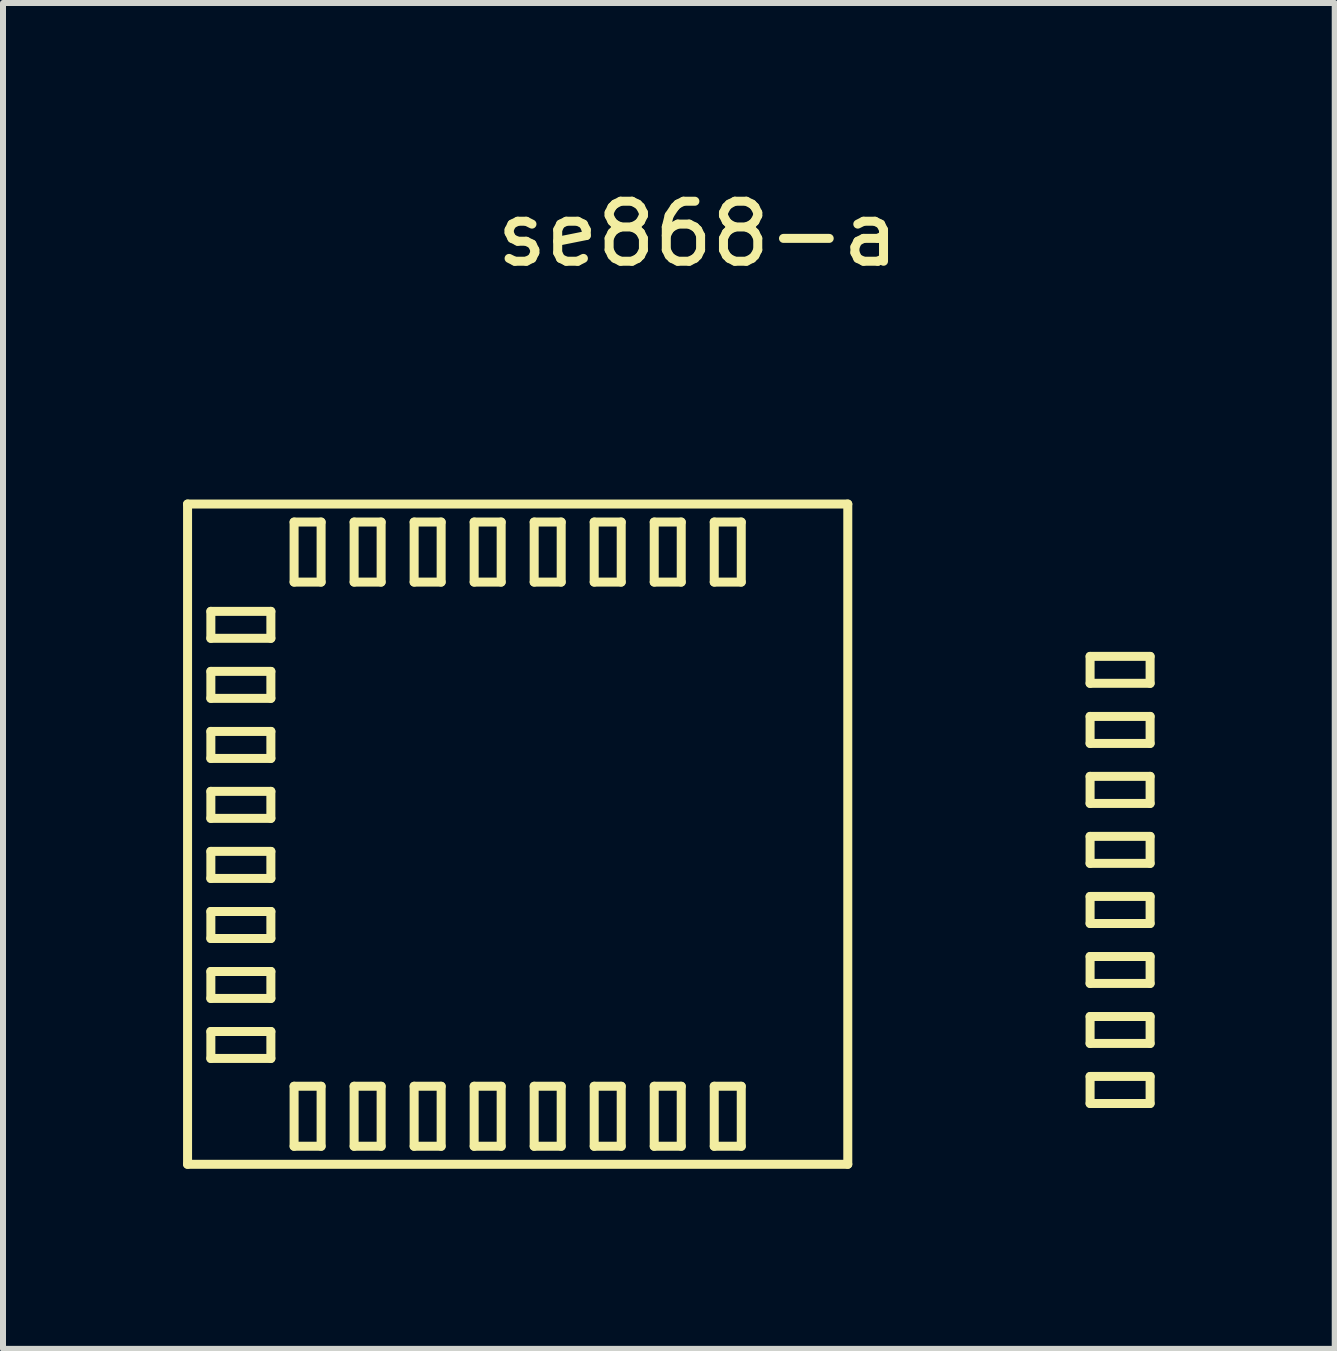
<source format=kicad_pcb>
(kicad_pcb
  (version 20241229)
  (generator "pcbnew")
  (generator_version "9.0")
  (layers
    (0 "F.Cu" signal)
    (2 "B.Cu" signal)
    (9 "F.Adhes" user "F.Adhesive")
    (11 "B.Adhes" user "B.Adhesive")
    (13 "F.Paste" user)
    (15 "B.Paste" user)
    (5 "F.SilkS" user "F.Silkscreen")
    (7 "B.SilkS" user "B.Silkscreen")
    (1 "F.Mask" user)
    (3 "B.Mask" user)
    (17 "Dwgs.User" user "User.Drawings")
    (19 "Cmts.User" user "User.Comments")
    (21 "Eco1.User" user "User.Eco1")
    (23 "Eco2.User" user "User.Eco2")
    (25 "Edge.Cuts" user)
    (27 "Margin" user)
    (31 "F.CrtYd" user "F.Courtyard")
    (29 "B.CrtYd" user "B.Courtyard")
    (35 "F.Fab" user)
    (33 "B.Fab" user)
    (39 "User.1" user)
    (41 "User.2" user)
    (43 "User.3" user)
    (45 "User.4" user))
  (footprint "se868-a"
    (layer "F.Cu")
    (at 5.575 10.848)
    (property "Reference" "se868-a" (at 3 -10 0) (layer "F.SilkS") (effects (font (size 1 1) (thickness 0.15))))
    (attr through_hole)
    (fp_line (start -5.5 -5.5) (end -5.5 5.5) (stroke (width 0.15) (type solid)) (layer "F.SilkS"))
    (fp_line (start -5.5 5.5) (end 5.5 5.5) (stroke (width 0.15) (type solid)) (layer "F.SilkS"))
    (fp_line (start -5.112 -3.712) (end -4.112 -3.712) (stroke (width 0.15) (type solid)) (layer "F.SilkS"))
    (fp_line (start -5.112 -3.263) (end -5.112 -3.712) (stroke (width 0.15) (type solid)) (layer "F.SilkS"))
    (fp_line (start -5.112 -2.712) (end -4.112 -2.712) (stroke (width 0.15) (type solid)) (layer "F.SilkS"))
    (fp_line (start -5.112 -2.263) (end -5.112 -2.712) (stroke (width 0.15) (type solid)) (layer "F.SilkS"))
    (fp_line (start -5.112 -1.712) (end -4.112 -1.712) (stroke (width 0.15) (type solid)) (layer "F.SilkS"))
    (fp_line (start -5.112 -1.262) (end -5.112 -1.712) (stroke (width 0.15) (type solid)) (layer "F.SilkS"))
    (fp_line (start -5.112 -0.713) (end -4.112 -0.713) (stroke (width 0.15) (type solid)) (layer "F.SilkS"))
    (fp_line (start -5.112 -0.263) (end -5.112 -0.713) (stroke (width 0.15) (type solid)) (layer "F.SilkS"))
    (fp_line (start -5.112 0.287) (end -4.112 0.287) (stroke (width 0.15) (type solid)) (layer "F.SilkS"))
    (fp_line (start -5.112 0.738) (end -5.112 0.287) (stroke (width 0.15) (type solid)) (layer "F.SilkS"))
    (fp_line (start -5.112 1.288) (end -4.112 1.288) (stroke (width 0.15) (type solid)) (layer "F.SilkS"))
    (fp_line (start -5.112 1.738) (end -5.112 1.288) (stroke (width 0.15) (type solid)) (layer "F.SilkS"))
    (fp_line (start -5.112 2.288) (end -4.112 2.288) (stroke (width 0.15) (type solid)) (layer "F.SilkS"))
    (fp_line (start -5.112 2.737) (end -5.112 2.288) (stroke (width 0.15) (type solid)) (layer "F.SilkS"))
    (fp_line (start -5.112 3.288) (end -4.112 3.288) (stroke (width 0.15) (type solid)) (layer "F.SilkS"))
    (fp_line (start -5.112 3.737) (end -5.112 3.288) (stroke (width 0.15) (type solid)) (layer "F.SilkS"))
    (fp_line (start -4.112 -3.712) (end -4.112 -3.263) (stroke (width 0.15) (type solid)) (layer "F.SilkS"))
    (fp_line (start -4.112 -3.263) (end -5.112 -3.263) (stroke (width 0.15) (type solid)) (layer "F.SilkS"))
    (fp_line (start -4.112 -2.712) (end -4.112 -2.263) (stroke (width 0.15) (type solid)) (layer "F.SilkS"))
    (fp_line (start -4.112 -2.263) (end -5.112 -2.263) (stroke (width 0.15) (type solid)) (layer "F.SilkS"))
    (fp_line (start -4.112 -1.712) (end -4.112 -1.262) (stroke (width 0.15) (type solid)) (layer "F.SilkS"))
    (fp_line (start -4.112 -1.262) (end -5.112 -1.262) (stroke (width 0.15) (type solid)) (layer "F.SilkS"))
    (fp_line (start -4.112 -0.713) (end -4.112 -0.263) (stroke (width 0.15) (type solid)) (layer "F.SilkS"))
    (fp_line (start -4.112 -0.263) (end -5.112 -0.263) (stroke (width 0.15) (type solid)) (layer "F.SilkS"))
    (fp_line (start -4.112 0.287) (end -4.112 0.738) (stroke (width 0.15) (type solid)) (layer "F.SilkS"))
    (fp_line (start -4.112 0.738) (end -5.112 0.738) (stroke (width 0.15) (type solid)) (layer "F.SilkS"))
    (fp_line (start -4.112 1.288) (end -4.112 1.738) (stroke (width 0.15) (type solid)) (layer "F.SilkS"))
    (fp_line (start -4.112 1.738) (end -5.112 1.738) (stroke (width 0.15) (type solid)) (layer "F.SilkS"))
    (fp_line (start -4.112 2.288) (end -4.112 2.737) (stroke (width 0.15) (type solid)) (layer "F.SilkS"))
    (fp_line (start -4.112 2.737) (end -5.112 2.737) (stroke (width 0.15) (type solid)) (layer "F.SilkS"))
    (fp_line (start -4.112 3.288) (end -4.112 3.737) (stroke (width 0.15) (type solid)) (layer "F.SilkS"))
    (fp_line (start -4.112 3.737) (end -5.112 3.737) (stroke (width 0.15) (type solid)) (layer "F.SilkS"))
    (fp_line (start -3.725 -5.2) (end -3.275 -5.2) (stroke (width 0.15) (type solid)) (layer "F.SilkS"))
    (fp_line (start -3.725 -4.2) (end -3.725 -5.2) (stroke (width 0.15) (type solid)) (layer "F.SilkS"))
    (fp_line (start -3.725 4.2) (end -3.275 4.2) (stroke (width 0.15) (type solid)) (layer "F.SilkS"))
    (fp_line (start -3.725 5.2) (end -3.725 4.2) (stroke (width 0.15) (type solid)) (layer "F.SilkS"))
    (fp_line (start -3.275 -5.2) (end -3.275 -4.2) (stroke (width 0.15) (type solid)) (layer "F.SilkS"))
    (fp_line (start -3.275 -4.2) (end -3.725 -4.2) (stroke (width 0.15) (type solid)) (layer "F.SilkS"))
    (fp_line (start -3.275 4.2) (end -3.275 5.2) (stroke (width 0.15) (type solid)) (layer "F.SilkS"))
    (fp_line (start -3.275 5.2) (end -3.725 5.2) (stroke (width 0.15) (type solid)) (layer "F.SilkS"))
    (fp_line (start -2.725 -5.2) (end -2.275 -5.2) (stroke (width 0.15) (type solid)) (layer "F.SilkS"))
    (fp_line (start -2.725 -4.2) (end -2.725 -5.2) (stroke (width 0.15) (type solid)) (layer "F.SilkS"))
    (fp_line (start -2.725 4.2) (end -2.275 4.2) (stroke (width 0.15) (type solid)) (layer "F.SilkS"))
    (fp_line (start -2.725 5.2) (end -2.725 4.2) (stroke (width 0.15) (type solid)) (layer "F.SilkS"))
    (fp_line (start -2.275 -5.2) (end -2.275 -4.2) (stroke (width 0.15) (type solid)) (layer "F.SilkS"))
    (fp_line (start -2.275 -4.2) (end -2.725 -4.2) (stroke (width 0.15) (type solid)) (layer "F.SilkS"))
    (fp_line (start -2.275 4.2) (end -2.275 5.2) (stroke (width 0.15) (type solid)) (layer "F.SilkS"))
    (fp_line (start -2.275 5.2) (end -2.725 5.2) (stroke (width 0.15) (type solid)) (layer "F.SilkS"))
    (fp_line (start -1.725 -5.2) (end -1.275 -5.2) (stroke (width 0.15) (type solid)) (layer "F.SilkS"))
    (fp_line (start -1.725 -4.2) (end -1.725 -5.2) (stroke (width 0.15) (type solid)) (layer "F.SilkS"))
    (fp_line (start -1.725 4.2) (end -1.275 4.2) (stroke (width 0.15) (type solid)) (layer "F.SilkS"))
    (fp_line (start -1.725 5.2) (end -1.725 4.2) (stroke (width 0.15) (type solid)) (layer "F.SilkS"))
    (fp_line (start -1.275 -5.2) (end -1.275 -4.2) (stroke (width 0.15) (type solid)) (layer "F.SilkS"))
    (fp_line (start -1.275 -4.2) (end -1.725 -4.2) (stroke (width 0.15) (type solid)) (layer "F.SilkS"))
    (fp_line (start -1.275 4.2) (end -1.275 5.2) (stroke (width 0.15) (type solid)) (layer "F.SilkS"))
    (fp_line (start -1.275 5.2) (end -1.725 5.2) (stroke (width 0.15) (type solid)) (layer "F.SilkS"))
    (fp_line (start -0.725 -5.2) (end -0.275 -5.2) (stroke (width 0.15) (type solid)) (layer "F.SilkS"))
    (fp_line (start -0.725 -4.2) (end -0.725 -5.2) (stroke (width 0.15) (type solid)) (layer "F.SilkS"))
    (fp_line (start -0.725 4.2) (end -0.275 4.2) (stroke (width 0.15) (type solid)) (layer "F.SilkS"))
    (fp_line (start -0.725 5.2) (end -0.725 4.2) (stroke (width 0.15) (type solid)) (layer "F.SilkS"))
    (fp_line (start -0.275 -5.2) (end -0.275 -4.2) (stroke (width 0.15) (type solid)) (layer "F.SilkS"))
    (fp_line (start -0.275 -4.2) (end -0.725 -4.2) (stroke (width 0.15) (type solid)) (layer "F.SilkS"))
    (fp_line (start -0.275 4.2) (end -0.275 5.2) (stroke (width 0.15) (type solid)) (layer "F.SilkS"))
    (fp_line (start -0.275 5.2) (end -0.725 5.2) (stroke (width 0.15) (type solid)) (layer "F.SilkS"))
    (fp_line (start 0.275 -5.2) (end 0.725 -5.2) (stroke (width 0.15) (type solid)) (layer "F.SilkS"))
    (fp_line (start 0.275 -4.2) (end 0.275 -5.2) (stroke (width 0.15) (type solid)) (layer "F.SilkS"))
    (fp_line (start 0.275 4.2) (end 0.725 4.2) (stroke (width 0.15) (type solid)) (layer "F.SilkS"))
    (fp_line (start 0.275 5.2) (end 0.275 4.2) (stroke (width 0.15) (type solid)) (layer "F.SilkS"))
    (fp_line (start 0.725 -5.2) (end 0.725 -4.2) (stroke (width 0.15) (type solid)) (layer "F.SilkS"))
    (fp_line (start 0.725 -4.2) (end 0.275 -4.2) (stroke (width 0.15) (type solid)) (layer "F.SilkS"))
    (fp_line (start 0.725 4.2) (end 0.725 5.2) (stroke (width 0.15) (type solid)) (layer "F.SilkS"))
    (fp_line (start 0.725 5.2) (end 0.275 5.2) (stroke (width 0.15) (type solid)) (layer "F.SilkS"))
    (fp_line (start 1.275 -5.2) (end 1.725 -5.2) (stroke (width 0.15) (type solid)) (layer "F.SilkS"))
    (fp_line (start 1.275 -4.2) (end 1.275 -5.2) (stroke (width 0.15) (type solid)) (layer "F.SilkS"))
    (fp_line (start 1.275 4.2) (end 1.725 4.2) (stroke (width 0.15) (type solid)) (layer "F.SilkS"))
    (fp_line (start 1.275 5.2) (end 1.275 4.2) (stroke (width 0.15) (type solid)) (layer "F.SilkS"))
    (fp_line (start 1.725 -5.2) (end 1.725 -4.2) (stroke (width 0.15) (type solid)) (layer "F.SilkS"))
    (fp_line (start 1.725 -4.2) (end 1.275 -4.2) (stroke (width 0.15) (type solid)) (layer "F.SilkS"))
    (fp_line (start 1.725 4.2) (end 1.725 5.2) (stroke (width 0.15) (type solid)) (layer "F.SilkS"))
    (fp_line (start 1.725 5.2) (end 1.275 5.2) (stroke (width 0.15) (type solid)) (layer "F.SilkS"))
    (fp_line (start 2.275 -5.2) (end 2.725 -5.2) (stroke (width 0.15) (type solid)) (layer "F.SilkS"))
    (fp_line (start 2.275 -4.2) (end 2.275 -5.2) (stroke (width 0.15) (type solid)) (layer "F.SilkS"))
    (fp_line (start 2.275 4.2) (end 2.725 4.2) (stroke (width 0.15) (type solid)) (layer "F.SilkS"))
    (fp_line (start 2.275 5.2) (end 2.275 4.2) (stroke (width 0.15) (type solid)) (layer "F.SilkS"))
    (fp_line (start 2.725 -5.2) (end 2.725 -4.2) (stroke (width 0.15) (type solid)) (layer "F.SilkS"))
    (fp_line (start 2.725 -4.2) (end 2.275 -4.2) (stroke (width 0.15) (type solid)) (layer "F.SilkS"))
    (fp_line (start 2.725 4.2) (end 2.725 5.2) (stroke (width 0.15) (type solid)) (layer "F.SilkS"))
    (fp_line (start 2.725 5.2) (end 2.275 5.2) (stroke (width 0.15) (type solid)) (layer "F.SilkS"))
    (fp_line (start 3.275 -5.2) (end 3.725 -5.2) (stroke (width 0.15) (type solid)) (layer "F.SilkS"))
    (fp_line (start 3.275 -4.2) (end 3.275 -5.2) (stroke (width 0.15) (type solid)) (layer "F.SilkS"))
    (fp_line (start 3.275 4.2) (end 3.725 4.2) (stroke (width 0.15) (type solid)) (layer "F.SilkS"))
    (fp_line (start 3.275 5.2) (end 3.275 4.2) (stroke (width 0.15) (type solid)) (layer "F.SilkS"))
    (fp_line (start 3.725 -5.2) (end 3.725 -4.2) (stroke (width 0.15) (type solid)) (layer "F.SilkS"))
    (fp_line (start 3.725 -4.2) (end 3.275 -4.2) (stroke (width 0.15) (type solid)) (layer "F.SilkS"))
    (fp_line (start 3.725 4.2) (end 3.725 5.2) (stroke (width 0.15) (type solid)) (layer "F.SilkS"))
    (fp_line (start 3.725 5.2) (end 3.275 5.2) (stroke (width 0.15) (type solid)) (layer "F.SilkS"))
    (fp_line (start 5.5 -5.5) (end -5.5 -5.5) (stroke (width 0.15) (type solid)) (layer "F.SilkS"))
    (fp_line (start 5.5 5.5) (end 5.5 -5.5) (stroke (width 0.15) (type solid)) (layer "F.SilkS"))
    (fp_line (start 9.537 -2.962) (end 10.537 -2.962) (stroke (width 0.15) (type solid)) (layer "F.SilkS"))
    (fp_line (start 9.537 -2.513) (end 9.537 -2.962) (stroke (width 0.15) (type solid)) (layer "F.SilkS"))
    (fp_line (start 9.537 -1.962) (end 10.537 -1.962) (stroke (width 0.15) (type solid)) (layer "F.SilkS"))
    (fp_line (start 9.537 -1.512) (end 9.537 -1.962) (stroke (width 0.15) (type solid)) (layer "F.SilkS"))
    (fp_line (start 9.537 -0.963) (end 10.537 -0.963) (stroke (width 0.15) (type solid)) (layer "F.SilkS"))
    (fp_line (start 9.537 -0.512) (end 9.537 -0.963) (stroke (width 0.15) (type solid)) (layer "F.SilkS"))
    (fp_line (start 9.537 0.037) (end 10.537 0.037) (stroke (width 0.15) (type solid)) (layer "F.SilkS"))
    (fp_line (start 9.537 0.487) (end 9.537 0.037) (stroke (width 0.15) (type solid)) (layer "F.SilkS"))
    (fp_line (start 9.537 1.038) (end 10.537 1.038) (stroke (width 0.15) (type solid)) (layer "F.SilkS"))
    (fp_line (start 9.537 1.488) (end 9.537 1.038) (stroke (width 0.15) (type solid)) (layer "F.SilkS"))
    (fp_line (start 9.537 2.038) (end 10.537 2.038) (stroke (width 0.15) (type solid)) (layer "F.SilkS"))
    (fp_line (start 9.537 2.487) (end 9.537 2.038) (stroke (width 0.15) (type solid)) (layer "F.SilkS"))
    (fp_line (start 9.537 3.038) (end 10.537 3.038) (stroke (width 0.15) (type solid)) (layer "F.SilkS"))
    (fp_line (start 9.537 3.487) (end 9.537 3.038) (stroke (width 0.15) (type solid)) (layer "F.SilkS"))
    (fp_line (start 9.537 4.037) (end 10.537 4.037) (stroke (width 0.15) (type solid)) (layer "F.SilkS"))
    (fp_line (start 9.537 4.487) (end 9.537 4.037) (stroke (width 0.15) (type solid)) (layer "F.SilkS"))
    (fp_line (start 10.537 -2.962) (end 10.537 -2.513) (stroke (width 0.15) (type solid)) (layer "F.SilkS"))
    (fp_line (start 10.537 -2.513) (end 9.537 -2.513) (stroke (width 0.15) (type solid)) (layer "F.SilkS"))
    (fp_line (start 10.537 -1.962) (end 10.537 -1.512) (stroke (width 0.15) (type solid)) (layer "F.SilkS"))
    (fp_line (start 10.537 -1.512) (end 9.537 -1.512) (stroke (width 0.15) (type solid)) (layer "F.SilkS"))
    (fp_line (start 10.537 -0.963) (end 10.537 -0.512) (stroke (width 0.15) (type solid)) (layer "F.SilkS"))
    (fp_line (start 10.537 -0.512) (end 9.537 -0.512) (stroke (width 0.15) (type solid)) (layer "F.SilkS"))
    (fp_line (start 10.537 0.037) (end 10.537 0.487) (stroke (width 0.15) (type solid)) (layer "F.SilkS"))
    (fp_line (start 10.537 0.487) (end 9.537 0.487) (stroke (width 0.15) (type solid)) (layer "F.SilkS"))
    (fp_line (start 10.537 1.038) (end 10.537 1.488) (stroke (width 0.15) (type solid)) (layer "F.SilkS"))
    (fp_line (start 10.537 1.488) (end 9.537 1.488) (stroke (width 0.15) (type solid)) (layer "F.SilkS"))
    (fp_line (start 10.537 2.038) (end 10.537 2.487) (stroke (width 0.15) (type solid)) (layer "F.SilkS"))
    (fp_line (start 10.537 2.487) (end 9.537 2.487) (stroke (width 0.15) (type solid)) (layer "F.SilkS"))
    (fp_line (start 10.537 3.038) (end 10.537 3.487) (stroke (width 0.15) (type solid)) (layer "F.SilkS"))
    (fp_line (start 10.537 3.487) (end 9.537 3.487) (stroke (width 0.15) (type solid)) (layer "F.SilkS"))
    (fp_line (start 10.537 4.037) (end 10.537 4.487) (stroke (width 0.15) (type solid)) (layer "F.SilkS"))
    (fp_line (start 10.537 4.487) (end 9.537 4.487) (stroke (width 0.15) (type solid)) (layer "F.SilkS")))
  (gr_rect
    (start -3 -3)
    (end 19.188 19.423)
    (stroke (width 0.1) (type default))
    (fill no)
    (layer "Edge.Cuts")))
</source>
